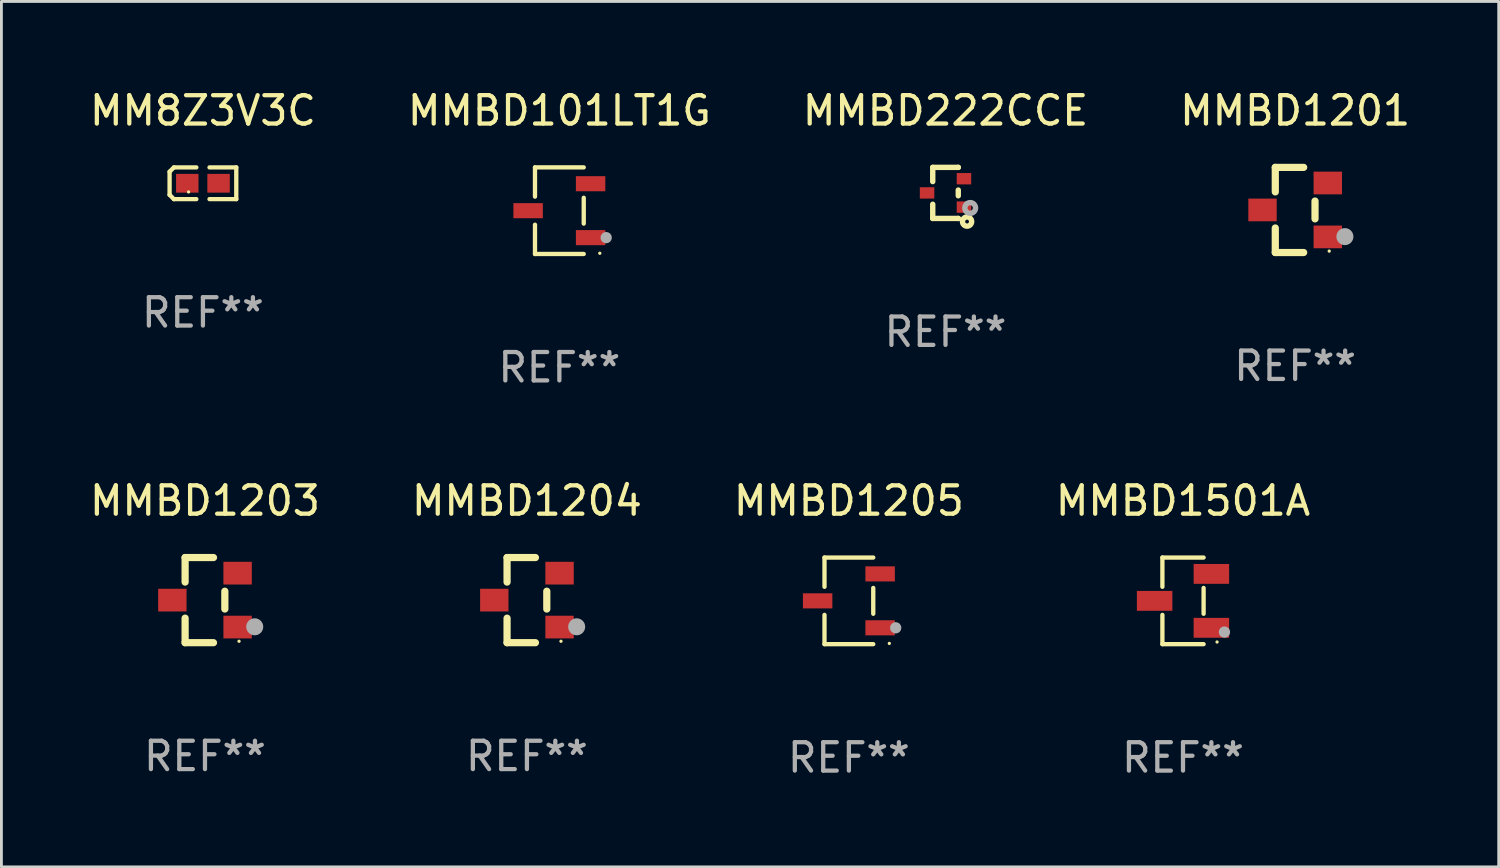
<source format=kicad_pcb>
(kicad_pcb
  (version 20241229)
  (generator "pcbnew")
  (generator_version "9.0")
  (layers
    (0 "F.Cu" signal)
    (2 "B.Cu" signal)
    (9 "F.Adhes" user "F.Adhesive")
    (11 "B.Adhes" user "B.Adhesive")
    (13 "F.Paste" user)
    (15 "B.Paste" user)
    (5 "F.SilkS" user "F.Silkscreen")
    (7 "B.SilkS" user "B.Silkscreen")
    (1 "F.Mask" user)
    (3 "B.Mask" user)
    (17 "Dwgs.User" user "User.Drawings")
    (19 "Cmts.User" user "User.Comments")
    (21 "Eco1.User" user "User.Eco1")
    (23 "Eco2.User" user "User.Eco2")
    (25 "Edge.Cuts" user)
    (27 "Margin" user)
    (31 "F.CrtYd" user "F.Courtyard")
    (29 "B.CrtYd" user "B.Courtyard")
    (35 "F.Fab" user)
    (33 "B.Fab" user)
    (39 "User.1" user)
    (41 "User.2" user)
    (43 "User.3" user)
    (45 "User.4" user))
  (footprint "MMBD222CCE"
    (layer "F.Cu")
    (at 30.268 3.748)
    (property "Reference" "MMBD222CCE" (at 0 -2.9 0) (layer "F.SilkS") (effects (font (size 1 1) (thickness 0.15))))
    (attr through_hole)
    (fp_line (start -0.45 -0.9) (end 0.45 -0.9) (stroke (width 0.19) (type solid)) (layer "F.SilkS"))
    (fp_line (start -0.45 -0.399) (end -0.45 -0.9) (stroke (width 0.19) (type solid)) (layer "F.SilkS"))
    (fp_line (start -0.45 0.9) (end -0.45 0.399) (stroke (width 0.19) (type solid)) (layer "F.SilkS"))
    (fp_line (start -0.45 0.9) (end 0.45 0.9) (stroke (width 0.19) (type solid)) (layer "F.SilkS"))
    (fp_line (start 0.45 -0.899) (end 0.45 -0.9) (stroke (width 0.19) (type solid)) (layer "F.SilkS"))
    (fp_line (start 0.45 0.101) (end 0.45 -0.101) (stroke (width 0.19) (type solid)) (layer "F.SilkS"))
    (fp_line (start 0.45 0.9) (end 0.45 0.899) (stroke (width 0.19) (type solid)) (layer "F.SilkS"))
    (fp_circle (center 0.76 1.01) (end 0.827 1.01) (stroke (width 0.19) (type solid)) (fill no) (layer "F.SilkS"))
    (fp_circle (center 0.8 0.8) (end 0.81 0.8) (stroke (width 0.02) (type solid)) (fill no) (layer "F.SilkS"))
    (fp_circle (center 0.87 0.53) (end 0.964 0.53) (stroke (width 0.19) (type solid)) (fill no) (layer "F.Fab"))
    (fp_text user "REF**" (at 0 4.9 0) (layer "F.Fab") (effects (font (size 1 1) (thickness 0.15))))
    (pad "1" smd rect (at 0.65 0.5 90) (size 0.4 0.51) (layers "F.Cu" "F.Mask" "F.Paste"))
    (pad "2" smd rect (at 0.65 -0.5 90) (size 0.4 0.51) (layers "F.Cu" "F.Mask" "F.Paste"))
    (pad "3" smd rect (at -0.65 0.000127 90) (size 0.4 0.51) (layers "F.Cu" "F.Mask" "F.Paste")))
  (footprint "MMBD1501A"
    (layer "F.Cu")
    (at 38.637 18.123)
    (property "Reference" "MMBD1501A" (at 0 -3.526 0) (layer "F.SilkS") (effects (font (size 1 1) (thickness 0.15))))
    (attr through_hole)
    (fp_line (start -0.726 -1.526) (end -0.726 -0.495) (stroke (width 0.152) (type solid)) (layer "F.SilkS"))
    (fp_line (start -0.726 1.526) (end -0.726 0.495) (stroke (width 0.152) (type solid)) (layer "F.SilkS"))
    (fp_line (start 0.726 -1.526) (end -0.726 -1.526) (stroke (width 0.152) (type solid)) (layer "F.SilkS"))
    (fp_line (start 0.726 -0.455) (end 0.726 0.455) (stroke (width 0.152) (type solid)) (layer "F.SilkS"))
    (fp_line (start 0.726 1.526) (end -0.726 1.526) (stroke (width 0.152) (type solid)) (layer "F.SilkS"))
    (fp_circle (center 1.2 1.45) (end 1.23 1.45) (stroke (width 0.06) (type solid)) (fill no) (layer "F.SilkS"))
    (fp_circle (center 1.46 1.1) (end 1.56 1.1) (stroke (width 0.2) (type solid)) (fill no) (layer "F.Fab"))
    (fp_text user "REF**" (at 0 5.526 0) (layer "F.Fab") (effects (font (size 1 1) (thickness 0.15))))
    (pad "1" smd rect (at 1 0.95) (size 1.25 0.7) (layers "F.Cu" "F.Mask" "F.Paste"))
    (pad "2" smd rect (at 1 -0.95) (size 1.25 0.7) (layers "F.Cu" "F.Mask" "F.Paste"))
    (pad "3" smd rect (at -1 0) (size 1.25 0.7) (layers "F.Cu" "F.Mask" "F.Paste")))
  (footprint "MMBD1204"
    (layer "F.Cu")
    (at 15.518 18.097)
    (property "Reference" "MMBD1204" (at 0 -3.5 0) (layer "F.SilkS") (effects (font (size 1 1) (thickness 0.15))))
    (attr through_hole)
    (fp_line (start -0.7 -1.5) (end 0.3 -1.5) (stroke (width 0.254) (type solid)) (layer "F.SilkS"))
    (fp_line (start -0.7 -0.636) (end -0.7 -1.5) (stroke (width 0.254) (type solid)) (layer "F.SilkS"))
    (fp_line (start -0.7 1.5) (end -0.7 0.636) (stroke (width 0.254) (type solid)) (layer "F.SilkS"))
    (fp_line (start -0.7 1.5) (end 0.3 1.5) (stroke (width 0.254) (type solid)) (layer "F.SilkS"))
    (fp_line (start 0.7 0.314) (end 0.7 -0.314) (stroke (width 0.254) (type solid)) (layer "F.SilkS"))
    (fp_circle (center 1.2 1.45) (end 1.23 1.45) (stroke (width 0.06) (type solid)) (fill no) (layer "F.SilkS"))
    (fp_circle (center 1.753 0.94) (end 1.903 0.94) (stroke (width 0.3) (type solid)) (fill no) (layer "F.Fab"))
    (fp_text user "REF**" (at 0 5.5 0) (layer "F.Fab") (effects (font (size 1 1) (thickness 0.15))))
    (pad "1" smd rect (at 1.15 0.95 180) (size 1 0.8) (layers "F.Cu" "F.Mask" "F.Paste"))
    (pad "2" smd rect (at 1.15 -0.95 180) (size 1 0.8) (layers "F.Cu" "F.Mask" "F.Paste"))
    (pad "3" smd rect (at -1.15 -0.000051 180) (size 1 0.8) (layers "F.Cu" "F.Mask" "F.Paste")))
  (footprint "MMBD1201"
    (layer "F.Cu")
    (at 42.589 4.348)
    (property "Reference" "MMBD1201" (at 0 -3.5 0) (layer "F.SilkS") (effects (font (size 1 1) (thickness 0.15))))
    (attr through_hole)
    (fp_line (start -0.7 -1.5) (end 0.3 -1.5) (stroke (width 0.254) (type solid)) (layer "F.SilkS"))
    (fp_line (start -0.7 -0.636) (end -0.7 -1.5) (stroke (width 0.254) (type solid)) (layer "F.SilkS"))
    (fp_line (start -0.7 1.5) (end -0.7 0.636) (stroke (width 0.254) (type solid)) (layer "F.SilkS"))
    (fp_line (start -0.7 1.5) (end 0.3 1.5) (stroke (width 0.254) (type solid)) (layer "F.SilkS"))
    (fp_line (start 0.7 0.314) (end 0.7 -0.314) (stroke (width 0.254) (type solid)) (layer "F.SilkS"))
    (fp_circle (center 1.2 1.45) (end 1.23 1.45) (stroke (width 0.06) (type solid)) (fill no) (layer "F.SilkS"))
    (fp_circle (center 1.753 0.94) (end 1.903 0.94) (stroke (width 0.3) (type solid)) (fill no) (layer "F.Fab"))
    (fp_text user "REF**" (at 0 5.5 0) (layer "F.Fab") (effects (font (size 1 1) (thickness 0.15))))
    (pad "1" smd rect (at 1.15 0.95 180) (size 1 0.8) (layers "F.Cu" "F.Mask" "F.Paste"))
    (pad "2" smd rect (at 1.15 -0.95 180) (size 1 0.8) (layers "F.Cu" "F.Mask" "F.Paste"))
    (pad "3" smd rect (at -1.15 -0.000051 180) (size 1 0.8) (layers "F.Cu" "F.Mask" "F.Paste")))
  (footprint "MM8Z3V3C"
    (layer "F.Cu")
    (at 4.101 3.408)
    (property "Reference" "MM8Z3V3C" (at 0 -2.559 0) (layer "F.SilkS") (effects (font (size 1 1) (thickness 0.15))))
    (attr through_hole)
    (fp_line (start -1.175 -0.407) (end -1.023 -0.559) (stroke (width 0.152) (type solid)) (layer "F.SilkS"))
    (fp_line (start -1.175 0.407) (end -1.175 -0.407) (stroke (width 0.152) (type solid)) (layer "F.SilkS"))
    (fp_line (start -1.023 -0.559) (end -0.232 -0.559) (stroke (width 0.152) (type solid)) (layer "F.SilkS"))
    (fp_line (start -1.023 0.559) (end -1.175 0.407) (stroke (width 0.152) (type solid)) (layer "F.SilkS"))
    (fp_line (start -0.232 0.559) (end -1.023 0.559) (stroke (width 0.152) (type solid)) (layer "F.SilkS"))
    (fp_line (start 0.232 0.559) (end 1.175 0.559) (stroke (width 0.152) (type solid)) (layer "F.SilkS"))
    (fp_line (start 1.175 -0.559) (end 0.232 -0.559) (stroke (width 0.152) (type solid)) (layer "F.SilkS"))
    (fp_line (start 1.175 0.559) (end 1.175 -0.559) (stroke (width 0.152) (type solid)) (layer "F.SilkS"))
    (fp_circle (center -0.506 0.306) (end -0.476 0.306) (stroke (width 0.06) (type solid)) (fill no) (layer "F.SilkS"))
    (fp_text user "REF**" (at 0 4.559 0) (layer "F.Fab") (effects (font (size 1 1) (thickness 0.15))))
    (pad "1" smd rect (at -0.551 0) (size 0.79 0.661) (layers "F.Cu" "F.Mask" "F.Paste"))
    (pad "2" smd rect (at 0.551 0) (size 0.79 0.661) (layers "F.Cu" "F.Mask" "F.Paste")))
  (footprint "MMBD1203"
    (layer "F.Cu")
    (at 4.173 18.097)
    (property "Reference" "MMBD1203" (at 0 -3.5 0) (layer "F.SilkS") (effects (font (size 1 1) (thickness 0.15))))
    (attr through_hole)
    (fp_line (start -0.7 -1.5) (end 0.3 -1.5) (stroke (width 0.254) (type solid)) (layer "F.SilkS"))
    (fp_line (start -0.7 -0.636) (end -0.7 -1.5) (stroke (width 0.254) (type solid)) (layer "F.SilkS"))
    (fp_line (start -0.7 1.5) (end -0.7 0.636) (stroke (width 0.254) (type solid)) (layer "F.SilkS"))
    (fp_line (start -0.7 1.5) (end 0.3 1.5) (stroke (width 0.254) (type solid)) (layer "F.SilkS"))
    (fp_line (start 0.7 0.314) (end 0.7 -0.314) (stroke (width 0.254) (type solid)) (layer "F.SilkS"))
    (fp_circle (center 1.2 1.45) (end 1.23 1.45) (stroke (width 0.06) (type solid)) (fill no) (layer "F.SilkS"))
    (fp_circle (center 1.753 0.94) (end 1.903 0.94) (stroke (width 0.3) (type solid)) (fill no) (layer "F.Fab"))
    (fp_text user "REF**" (at 0 5.5 0) (layer "F.Fab") (effects (font (size 1 1) (thickness 0.15))))
    (pad "1" smd rect (at 1.15 0.95 180) (size 1 0.8) (layers "F.Cu" "F.Mask" "F.Paste"))
    (pad "2" smd rect (at 1.15 -0.95 180) (size 1 0.8) (layers "F.Cu" "F.Mask" "F.Paste"))
    (pad "3" smd rect (at -1.15 -0.000051 180) (size 1 0.8) (layers "F.Cu" "F.Mask" "F.Paste")))
  (footprint "MMBD101LT1G"
    (layer "F.Cu")
    (at 16.661 4.374)
    (property "Reference" "MMBD101LT1G" (at 0 -3.526 0) (layer "F.SilkS") (effects (font (size 1 1) (thickness 0.15))))
    (attr through_hole)
    (fp_line (start -0.859 -1.526) (end -0.859 -0.495) (stroke (width 0.152) (type solid)) (layer "F.SilkS"))
    (fp_line (start -0.859 1.526) (end -0.859 0.495) (stroke (width 0.152) (type solid)) (layer "F.SilkS"))
    (fp_line (start 0.859 -1.526) (end -0.859 -1.526) (stroke (width 0.152) (type solid)) (layer "F.SilkS"))
    (fp_line (start 0.859 -0.455) (end 0.859 0.455) (stroke (width 0.152) (type solid)) (layer "F.SilkS"))
    (fp_line (start 0.859 1.526) (end -0.859 1.526) (stroke (width 0.152) (type solid)) (layer "F.SilkS"))
    (fp_circle (center 1.425 1.5) (end 1.455 1.5) (stroke (width 0.06) (type solid)) (fill no) (layer "F.SilkS"))
    (fp_circle (center 1.65 0.95) (end 1.75 0.95) (stroke (width 0.2) (type solid)) (fill no) (layer "F.Fab"))
    (fp_text user "REF**" (at 0 5.526 0) (layer "F.Fab") (effects (font (size 1 1) (thickness 0.15))))
    (pad "1" smd rect (at 1.101 0.95) (size 1.037 0.532) (layers "F.Cu" "F.Mask" "F.Paste"))
    (pad "2" smd rect (at 1.101 -0.95) (size 1.037 0.532) (layers "F.Cu" "F.Mask" "F.Paste"))
    (pad "3" smd rect (at -1.101 0) (size 1.037 0.532) (layers "F.Cu" "F.Mask" "F.Paste")))
  (footprint "MMBD1205"
    (layer "F.Cu")
    (at 26.863 18.123)
    (property "Reference" "MMBD1205" (at 0 -3.526 0) (layer "F.SilkS") (effects (font (size 1 1) (thickness 0.15))))
    (attr through_hole)
    (fp_line (start -0.859 -1.526) (end -0.859 -0.495) (stroke (width 0.152) (type solid)) (layer "F.SilkS"))
    (fp_line (start -0.859 1.526) (end -0.859 0.495) (stroke (width 0.152) (type solid)) (layer "F.SilkS"))
    (fp_line (start 0.859 -1.526) (end -0.859 -1.526) (stroke (width 0.152) (type solid)) (layer "F.SilkS"))
    (fp_line (start 0.859 -0.455) (end 0.859 0.455) (stroke (width 0.152) (type solid)) (layer "F.SilkS"))
    (fp_line (start 0.859 1.526) (end -0.859 1.526) (stroke (width 0.152) (type solid)) (layer "F.SilkS"))
    (fp_circle (center 1.425 1.5) (end 1.455 1.5) (stroke (width 0.06) (type solid)) (fill no) (layer "F.SilkS"))
    (fp_circle (center 1.65 0.95) (end 1.75 0.95) (stroke (width 0.2) (type solid)) (fill no) (layer "F.Fab"))
    (fp_text user "REF**" (at 0 5.526 0) (layer "F.Fab") (effects (font (size 1 1) (thickness 0.15))))
    (pad "1" smd rect (at 1.101 0.95) (size 1.037 0.532) (layers "F.Cu" "F.Mask" "F.Paste"))
    (pad "2" smd rect (at 1.101 -0.95) (size 1.037 0.532) (layers "F.Cu" "F.Mask" "F.Paste"))
    (pad "3" smd rect (at -1.101 0) (size 1.037 0.532) (layers "F.Cu" "F.Mask" "F.Paste")))
  (gr_rect
    (start -3 -3)
    (end 49.762 27.498)
    (stroke (width 0.1) (type default))
    (fill no)
    (layer "Edge.Cuts")))
</source>
